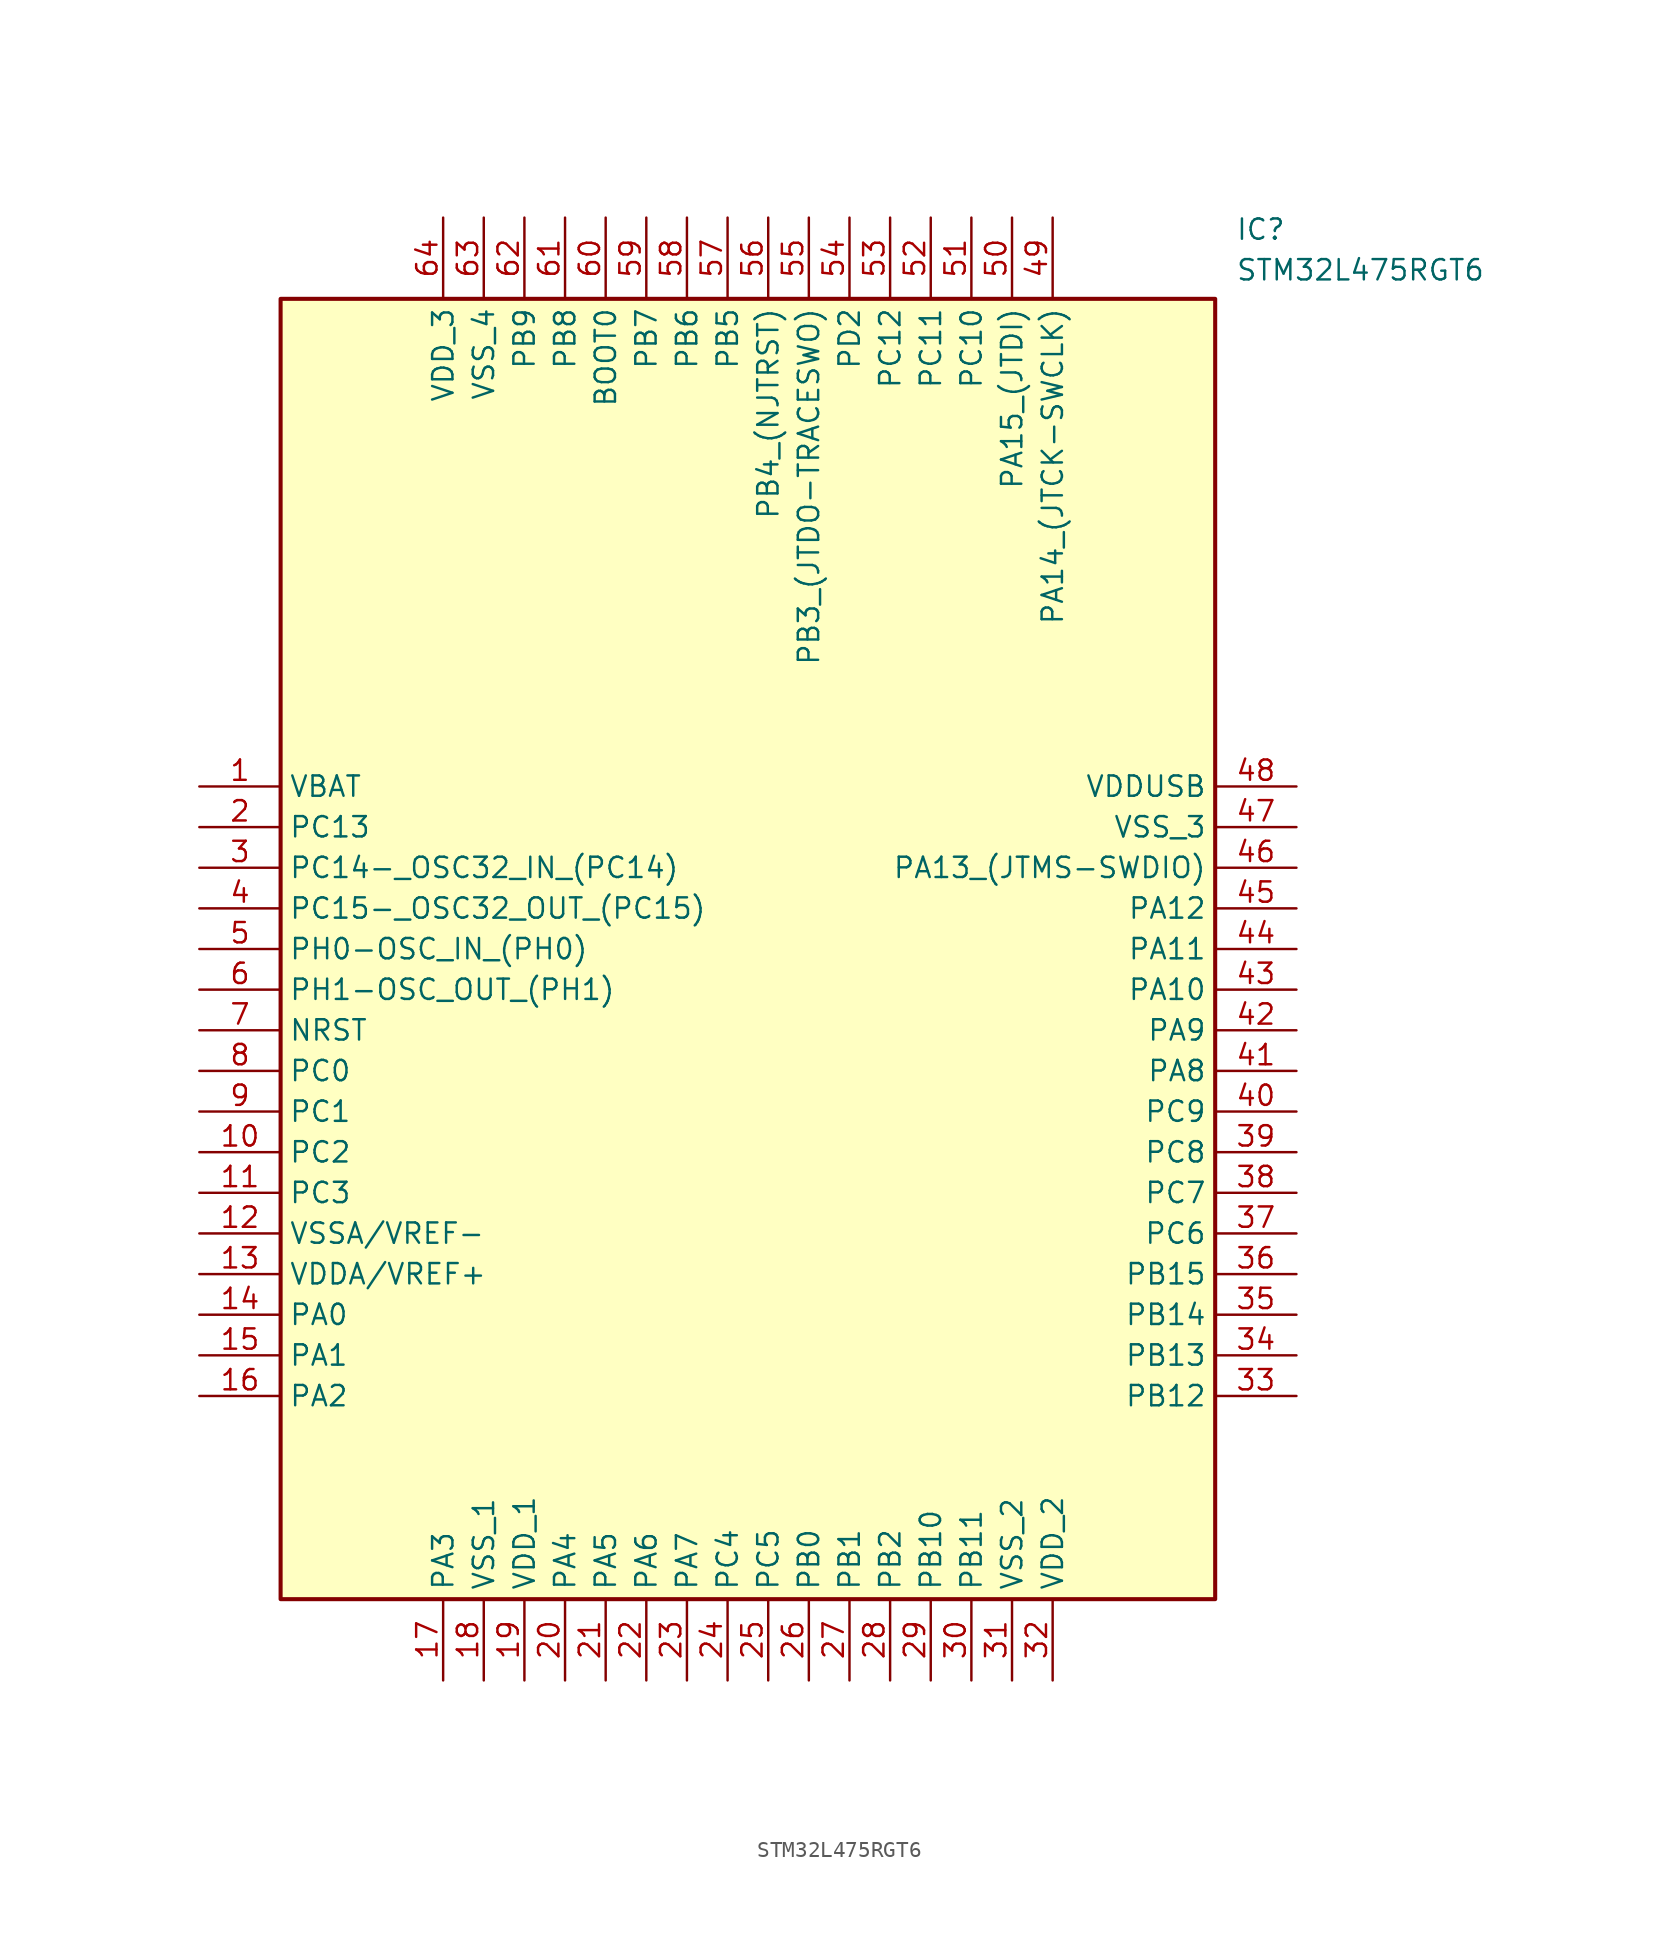
<source format=kicad_sym>
(kicad_symbol_lib
  (version 20211014)
  (generator SamacSys_ECAD_Model)
  (symbol "STM32L475RGT6"
    (property "Reference" "IC"
      (at 64.77 35.56 0)
      (effects (font (size 1.27 1.27)) (justify left top)))
    (property "Value" "STM32L475RGT6"
      (at 64.77 33.02 0)
      (effects (font (size 1.27 1.27)) (justify left top)))
    (rectangle
      (start 5.08 30.48)
      (end 63.5 -50.8)
      (stroke (width 0.254) (type default))
      (fill (type background)))
    (pin passive line
      (at 0 0 0)
      (length 5.08)
      (name "VBAT" (effects (font (size 1.27 1.27))))
      (number "1" (effects (font (size 1.27 1.27)))))
    (pin passive line
      (at 0 -2.54 0)
      (length 5.08)
      (name "PC13" (effects (font (size 1.27 1.27))))
      (number "2" (effects (font (size 1.27 1.27)))))
    (pin passive line
      (at 0 -5.08 0)
      (length 5.08)
      (name "PC14-_OSC32_IN_(PC14)" (effects (font (size 1.27 1.27))))
      (number "3" (effects (font (size 1.27 1.27)))))
    (pin passive line
      (at 0 -7.62 0)
      (length 5.08)
      (name "PC15-_OSC32_OUT_(PC15)" (effects (font (size 1.27 1.27))))
      (number "4" (effects (font (size 1.27 1.27)))))
    (pin passive line
      (at 0 -10.16 0)
      (length 5.08)
      (name "PH0-OSC_IN_(PH0)" (effects (font (size 1.27 1.27))))
      (number "5" (effects (font (size 1.27 1.27)))))
    (pin passive line
      (at 0 -12.7 0)
      (length 5.08)
      (name "PH1-OSC_OUT_(PH1)" (effects (font (size 1.27 1.27))))
      (number "6" (effects (font (size 1.27 1.27)))))
    (pin passive line
      (at 0 -15.24 0)
      (length 5.08)
      (name "NRST" (effects (font (size 1.27 1.27))))
      (number "7" (effects (font (size 1.27 1.27)))))
    (pin passive line
      (at 0 -17.78 0)
      (length 5.08)
      (name "PC0" (effects (font (size 1.27 1.27))))
      (number "8" (effects (font (size 1.27 1.27)))))
    (pin passive line
      (at 0 -20.32 0)
      (length 5.08)
      (name "PC1" (effects (font (size 1.27 1.27))))
      (number "9" (effects (font (size 1.27 1.27)))))
    (pin passive line
      (at 0 -22.86 0)
      (length 5.08)
      (name "PC2" (effects (font (size 1.27 1.27))))
      (number "10" (effects (font (size 1.27 1.27)))))
    (pin passive line
      (at 0 -25.4 0)
      (length 5.08)
      (name "PC3" (effects (font (size 1.27 1.27))))
      (number "11" (effects (font (size 1.27 1.27)))))
    (pin passive line
      (at 0 -27.94 0)
      (length 5.08)
      (name "VSSA/VREF-" (effects (font (size 1.27 1.27))))
      (number "12" (effects (font (size 1.27 1.27)))))
    (pin passive line
      (at 0 -30.48 0)
      (length 5.08)
      (name "VDDA/VREF+" (effects (font (size 1.27 1.27))))
      (number "13" (effects (font (size 1.27 1.27)))))
    (pin passive line
      (at 0 -33.02 0)
      (length 5.08)
      (name "PA0" (effects (font (size 1.27 1.27))))
      (number "14" (effects (font (size 1.27 1.27)))))
    (pin passive line
      (at 0 -35.56 0)
      (length 5.08)
      (name "PA1" (effects (font (size 1.27 1.27))))
      (number "15" (effects (font (size 1.27 1.27)))))
    (pin passive line
      (at 0 -38.1 0)
      (length 5.08)
      (name "PA2" (effects (font (size 1.27 1.27))))
      (number "16" (effects (font (size 1.27 1.27)))))
    (pin passive line
      (at 15.24 -55.88 90)
      (length 5.08)
      (name "PA3" (effects (font (size 1.27 1.27))))
      (number "17" (effects (font (size 1.27 1.27)))))
    (pin passive line
      (at 17.78 -55.88 90)
      (length 5.08)
      (name "VSS_1" (effects (font (size 1.27 1.27))))
      (number "18" (effects (font (size 1.27 1.27)))))
    (pin passive line
      (at 20.32 -55.88 90)
      (length 5.08)
      (name "VDD_1" (effects (font (size 1.27 1.27))))
      (number "19" (effects (font (size 1.27 1.27)))))
    (pin passive line
      (at 22.86 -55.88 90)
      (length 5.08)
      (name "PA4" (effects (font (size 1.27 1.27))))
      (number "20" (effects (font (size 1.27 1.27)))))
    (pin passive line
      (at 25.4 -55.88 90)
      (length 5.08)
      (name "PA5" (effects (font (size 1.27 1.27))))
      (number "21" (effects (font (size 1.27 1.27)))))
    (pin passive line
      (at 27.94 -55.88 90)
      (length 5.08)
      (name "PA6" (effects (font (size 1.27 1.27))))
      (number "22" (effects (font (size 1.27 1.27)))))
    (pin passive line
      (at 30.48 -55.88 90)
      (length 5.08)
      (name "PA7" (effects (font (size 1.27 1.27))))
      (number "23" (effects (font (size 1.27 1.27)))))
    (pin passive line
      (at 33.02 -55.88 90)
      (length 5.08)
      (name "PC4" (effects (font (size 1.27 1.27))))
      (number "24" (effects (font (size 1.27 1.27)))))
    (pin passive line
      (at 35.56 -55.88 90)
      (length 5.08)
      (name "PC5" (effects (font (size 1.27 1.27))))
      (number "25" (effects (font (size 1.27 1.27)))))
    (pin passive line
      (at 38.1 -55.88 90)
      (length 5.08)
      (name "PB0" (effects (font (size 1.27 1.27))))
      (number "26" (effects (font (size 1.27 1.27)))))
    (pin passive line
      (at 40.64 -55.88 90)
      (length 5.08)
      (name "PB1" (effects (font (size 1.27 1.27))))
      (number "27" (effects (font (size 1.27 1.27)))))
    (pin passive line
      (at 43.18 -55.88 90)
      (length 5.08)
      (name "PB2" (effects (font (size 1.27 1.27))))
      (number "28" (effects (font (size 1.27 1.27)))))
    (pin passive line
      (at 45.72 -55.88 90)
      (length 5.08)
      (name "PB10" (effects (font (size 1.27 1.27))))
      (number "29" (effects (font (size 1.27 1.27)))))
    (pin passive line
      (at 48.26 -55.88 90)
      (length 5.08)
      (name "PB11" (effects (font (size 1.27 1.27))))
      (number "30" (effects (font (size 1.27 1.27)))))
    (pin passive line
      (at 50.8 -55.88 90)
      (length 5.08)
      (name "VSS_2" (effects (font (size 1.27 1.27))))
      (number "31" (effects (font (size 1.27 1.27)))))
    (pin passive line
      (at 53.34 -55.88 90)
      (length 5.08)
      (name "VDD_2" (effects (font (size 1.27 1.27))))
      (number "32" (effects (font (size 1.27 1.27)))))
    (pin passive line
      (at 68.58 0 180)
      (length 5.08)
      (name "VDDUSB" (effects (font (size 1.27 1.27))))
      (number "48" (effects (font (size 1.27 1.27)))))
    (pin passive line
      (at 68.58 -2.54 180)
      (length 5.08)
      (name "VSS_3" (effects (font (size 1.27 1.27))))
      (number "47" (effects (font (size 1.27 1.27)))))
    (pin passive line
      (at 68.58 -5.08 180)
      (length 5.08)
      (name "PA13_(JTMS-SWDIO)" (effects (font (size 1.27 1.27))))
      (number "46" (effects (font (size 1.27 1.27)))))
    (pin passive line
      (at 68.58 -7.62 180)
      (length 5.08)
      (name "PA12" (effects (font (size 1.27 1.27))))
      (number "45" (effects (font (size 1.27 1.27)))))
    (pin passive line
      (at 68.58 -10.16 180)
      (length 5.08)
      (name "PA11" (effects (font (size 1.27 1.27))))
      (number "44" (effects (font (size 1.27 1.27)))))
    (pin passive line
      (at 68.58 -12.7 180)
      (length 5.08)
      (name "PA10" (effects (font (size 1.27 1.27))))
      (number "43" (effects (font (size 1.27 1.27)))))
    (pin passive line
      (at 68.58 -15.24 180)
      (length 5.08)
      (name "PA9" (effects (font (size 1.27 1.27))))
      (number "42" (effects (font (size 1.27 1.27)))))
    (pin passive line
      (at 68.58 -17.78 180)
      (length 5.08)
      (name "PA8" (effects (font (size 1.27 1.27))))
      (number "41" (effects (font (size 1.27 1.27)))))
    (pin passive line
      (at 68.58 -20.32 180)
      (length 5.08)
      (name "PC9" (effects (font (size 1.27 1.27))))
      (number "40" (effects (font (size 1.27 1.27)))))
    (pin passive line
      (at 68.58 -22.86 180)
      (length 5.08)
      (name "PC8" (effects (font (size 1.27 1.27))))
      (number "39" (effects (font (size 1.27 1.27)))))
    (pin passive line
      (at 68.58 -25.4 180)
      (length 5.08)
      (name "PC7" (effects (font (size 1.27 1.27))))
      (number "38" (effects (font (size 1.27 1.27)))))
    (pin passive line
      (at 68.58 -27.94 180)
      (length 5.08)
      (name "PC6" (effects (font (size 1.27 1.27))))
      (number "37" (effects (font (size 1.27 1.27)))))
    (pin passive line
      (at 68.58 -30.48 180)
      (length 5.08)
      (name "PB15" (effects (font (size 1.27 1.27))))
      (number "36" (effects (font (size 1.27 1.27)))))
    (pin passive line
      (at 68.58 -33.02 180)
      (length 5.08)
      (name "PB14" (effects (font (size 1.27 1.27))))
      (number "35" (effects (font (size 1.27 1.27)))))
    (pin passive line
      (at 68.58 -35.56 180)
      (length 5.08)
      (name "PB13" (effects (font (size 1.27 1.27))))
      (number "34" (effects (font (size 1.27 1.27)))))
    (pin passive line
      (at 68.58 -38.1 180)
      (length 5.08)
      (name "PB12" (effects (font (size 1.27 1.27))))
      (number "33" (effects (font (size 1.27 1.27)))))
    (pin passive line
      (at 15.24 35.56 270)
      (length 5.08)
      (name "VDD_3" (effects (font (size 1.27 1.27))))
      (number "64" (effects (font (size 1.27 1.27)))))
    (pin passive line
      (at 17.78 35.56 270)
      (length 5.08)
      (name "VSS_4" (effects (font (size 1.27 1.27))))
      (number "63" (effects (font (size 1.27 1.27)))))
    (pin passive line
      (at 20.32 35.56 270)
      (length 5.08)
      (name "PB9" (effects (font (size 1.27 1.27))))
      (number "62" (effects (font (size 1.27 1.27)))))
    (pin passive line
      (at 22.86 35.56 270)
      (length 5.08)
      (name "PB8" (effects (font (size 1.27 1.27))))
      (number "61" (effects (font (size 1.27 1.27)))))
    (pin passive line
      (at 25.4 35.56 270)
      (length 5.08)
      (name "BOOT0" (effects (font (size 1.27 1.27))))
      (number "60" (effects (font (size 1.27 1.27)))))
    (pin passive line
      (at 27.94 35.56 270)
      (length 5.08)
      (name "PB7" (effects (font (size 1.27 1.27))))
      (number "59" (effects (font (size 1.27 1.27)))))
    (pin passive line
      (at 30.48 35.56 270)
      (length 5.08)
      (name "PB6" (effects (font (size 1.27 1.27))))
      (number "58" (effects (font (size 1.27 1.27)))))
    (pin passive line
      (at 33.02 35.56 270)
      (length 5.08)
      (name "PB5" (effects (font (size 1.27 1.27))))
      (number "57" (effects (font (size 1.27 1.27)))))
    (pin passive line
      (at 35.56 35.56 270)
      (length 5.08)
      (name "PB4_(NJTRST)" (effects (font (size 1.27 1.27))))
      (number "56" (effects (font (size 1.27 1.27)))))
    (pin passive line
      (at 38.1 35.56 270)
      (length 5.08)
      (name "PB3_(JTDO-TRACESWO)" (effects (font (size 1.27 1.27))))
      (number "55" (effects (font (size 1.27 1.27)))))
    (pin passive line
      (at 40.64 35.56 270)
      (length 5.08)
      (name "PD2" (effects (font (size 1.27 1.27))))
      (number "54" (effects (font (size 1.27 1.27)))))
    (pin passive line
      (at 43.18 35.56 270)
      (length 5.08)
      (name "PC12" (effects (font (size 1.27 1.27))))
      (number "53" (effects (font (size 1.27 1.27)))))
    (pin passive line
      (at 45.72 35.56 270)
      (length 5.08)
      (name "PC11" (effects (font (size 1.27 1.27))))
      (number "52" (effects (font (size 1.27 1.27)))))
    (pin passive line
      (at 48.26 35.56 270)
      (length 5.08)
      (name "PC10" (effects (font (size 1.27 1.27))))
      (number "51" (effects (font (size 1.27 1.27)))))
    (pin passive line
      (at 50.8 35.56 270)
      (length 5.08)
      (name "PA15_(JTDI)" (effects (font (size 1.27 1.27))))
      (number "50" (effects (font (size 1.27 1.27)))))
    (pin passive line
      (at 53.34 35.56 270)
      (length 5.08)
      (name "PA14_(JTCK-SWCLK)" (effects (font (size 1.27 1.27))))
      (number "49" (effects (font (size 1.27 1.27)))))))
</source>
